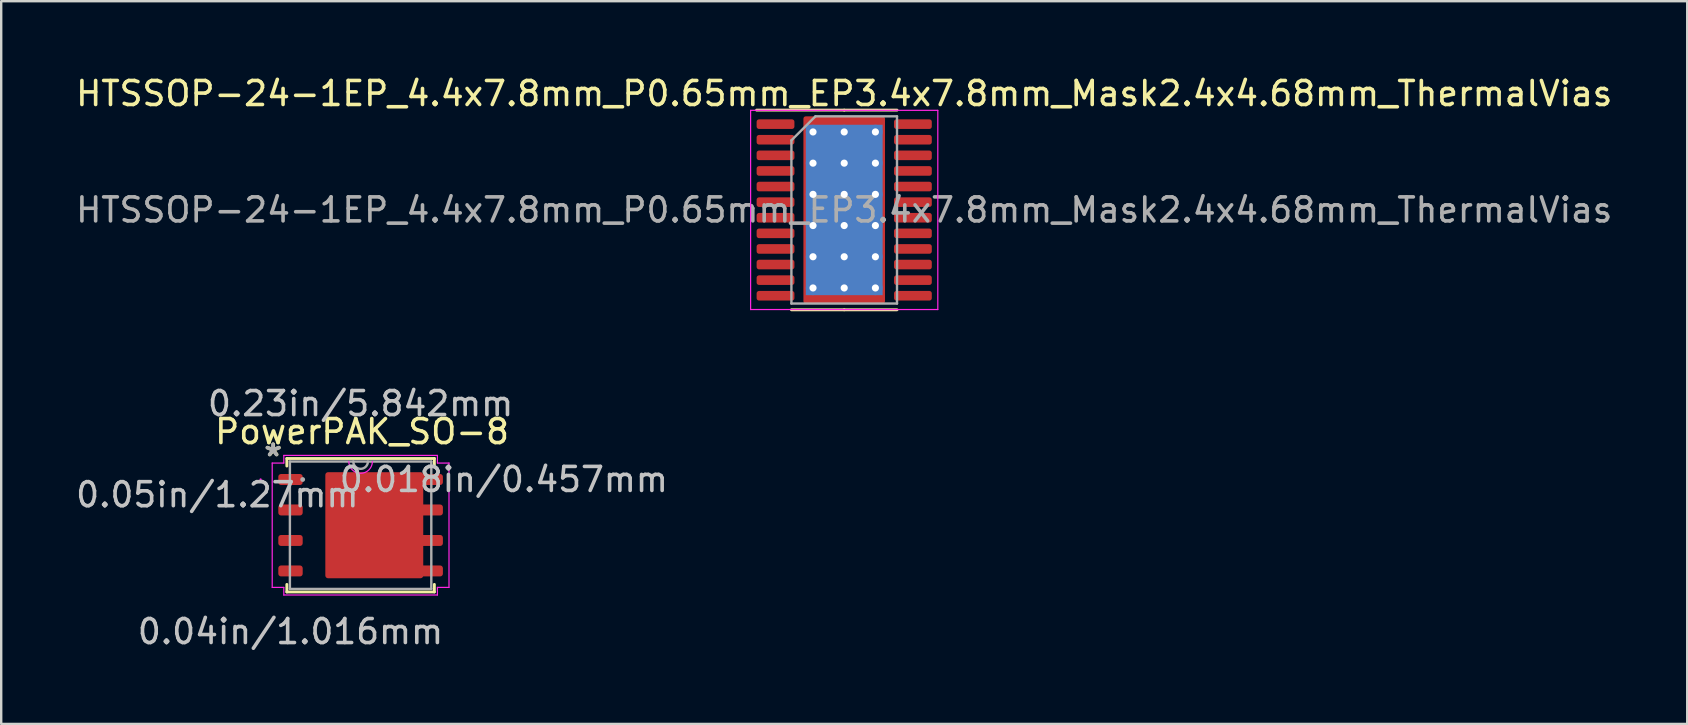
<source format=kicad_pcb>
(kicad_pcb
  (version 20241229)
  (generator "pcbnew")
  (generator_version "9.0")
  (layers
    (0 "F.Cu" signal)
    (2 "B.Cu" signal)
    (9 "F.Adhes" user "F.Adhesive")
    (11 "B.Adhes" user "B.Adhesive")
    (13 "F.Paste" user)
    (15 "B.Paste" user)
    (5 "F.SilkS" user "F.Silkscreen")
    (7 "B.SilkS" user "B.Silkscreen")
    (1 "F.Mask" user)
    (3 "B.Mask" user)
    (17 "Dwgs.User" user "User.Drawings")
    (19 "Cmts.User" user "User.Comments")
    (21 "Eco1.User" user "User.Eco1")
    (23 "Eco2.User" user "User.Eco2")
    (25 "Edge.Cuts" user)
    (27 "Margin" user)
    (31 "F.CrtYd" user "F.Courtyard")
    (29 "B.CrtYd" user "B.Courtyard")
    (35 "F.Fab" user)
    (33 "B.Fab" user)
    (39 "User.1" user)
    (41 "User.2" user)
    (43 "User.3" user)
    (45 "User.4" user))
  (footprint "PowerPAK_SO-8"
    (layer "F.Cu")
    (at 11.975 18.834)
    (property "Reference" "PowerPAK_SO-8" (at 0.06 -3.9 0) (layer "F.SilkS") (effects (font (size 1 1) (thickness 0.15))))
    (attr through_hole)
    (fp_line (start -3.073 -2.781) (end -3.073 -2.466) (stroke (width 0.12) (type solid)) (layer "F.SilkS"))
    (fp_line (start -3.073 2.466) (end -3.073 2.781) (stroke (width 0.12) (type solid)) (layer "F.SilkS"))
    (fp_line (start -3.073 2.781) (end 3.073 2.781) (stroke (width 0.12) (type solid)) (layer "F.SilkS"))
    (fp_line (start 3.073 -2.781) (end -3.073 -2.781) (stroke (width 0.12) (type solid)) (layer "F.SilkS"))
    (fp_line (start 3.073 -2.466) (end 3.073 -2.781) (stroke (width 0.12) (type solid)) (layer "F.SilkS"))
    (fp_line (start 3.073 2.781) (end 3.073 2.466) (stroke (width 0.12) (type solid)) (layer "F.SilkS"))
    (fp_line (start -3.683 -2.591) (end -3.2 -2.591) (stroke (width 0.05) (type solid)) (layer "F.CrtYd"))
    (fp_line (start -3.683 2.591) (end -3.683 -2.591) (stroke (width 0.05) (type solid)) (layer "F.CrtYd"))
    (fp_line (start -3.2 -2.908) (end 3.2 -2.908) (stroke (width 0.05) (type solid)) (layer "F.CrtYd"))
    (fp_line (start -3.2 -2.591) (end -3.2 -2.908) (stroke (width 0.05) (type solid)) (layer "F.CrtYd"))
    (fp_line (start -3.2 2.591) (end -3.683 2.591) (stroke (width 0.05) (type solid)) (layer "F.CrtYd"))
    (fp_line (start -3.2 2.908) (end -3.2 2.591) (stroke (width 0.05) (type solid)) (layer "F.CrtYd"))
    (fp_line (start 3.2 -2.908) (end 3.2 -2.591) (stroke (width 0.05) (type solid)) (layer "F.CrtYd"))
    (fp_line (start 3.2 -2.591) (end 3.683 -2.591) (stroke (width 0.05) (type solid)) (layer "F.CrtYd"))
    (fp_line (start 3.2 2.591) (end 3.2 2.908) (stroke (width 0.05) (type solid)) (layer "F.CrtYd"))
    (fp_line (start 3.2 2.908) (end -3.2 2.908) (stroke (width 0.05) (type solid)) (layer "F.CrtYd"))
    (fp_line (start 3.683 -2.591) (end 3.683 2.591) (stroke (width 0.05) (type solid)) (layer "F.CrtYd"))
    (fp_line (start 3.683 2.591) (end 3.2 2.591) (stroke (width 0.05) (type solid)) (layer "F.CrtYd"))
    (fp_arc (start 0.491067 -2.6543) (mid 0 -2.163233) (end -0.491067 -2.6543) (stroke (width 0.05) (type solid)) (layer "F.CrtYd"))
    (fp_circle (center -4.166 -1.905) (end -4.166 -1.905) (stroke (width 0.05) (type solid)) (fill no) (layer "F.CrtYd"))
    (fp_line (start -2.946 -2.654) (end -2.946 2.654) (stroke (width 0.1) (type solid)) (layer "F.Fab"))
    (fp_line (start -2.946 2.654) (end 2.946 2.654) (stroke (width 0.1) (type solid)) (layer "F.Fab"))
    (fp_line (start 2.946 -2.654) (end -2.946 -2.654) (stroke (width 0.1) (type solid)) (layer "F.Fab"))
    (fp_line (start 2.946 2.654) (end 2.946 -2.654) (stroke (width 0.1) (type solid)) (layer "F.Fab"))
    (fp_arc (start 0.3048 -2.6543) (mid 0 -2.3495) (end -0.3048 -2.6543) (stroke (width 0.1) (type solid)) (layer "F.Fab"))
    (fp_circle (center -2.413 -1.905) (end -2.413 -1.905) (stroke (width 0.1) (type solid)) (fill no) (layer "F.Fab"))
    (fp_text user "*" (at -3.64 -2.83 0) (layer "F.SilkS") (effects (font (size 1 1) (thickness 0.15))))
    (fp_text user "0.04in/1.016mm" (at -2.921 4.432 0) (layer "Dwgs.User") (effects (font (size 1 1) (thickness 0.15))))
    (fp_text user "0.23in/5.842mm" (at 0 -5.067 0) (layer "Dwgs.User") (effects (font (size 1 1) (thickness 0.15))))
    (fp_text user "0.018in/0.457mm" (at 5.969 -1.905 0) (layer "Dwgs.User") (effects (font (size 1 1) (thickness 0.15))))
    (fp_text user "0.05in/1.27mm" (at -5.969 -1.27 0) (layer "Dwgs.User") (effects (font (size 1 1) (thickness 0.15))))
    (fp_text user "Copyright 2021 Accelerated Designs. All rights reserved." (at 0 0 0) (layer "Cmts.User") (effects (font (size 0.127 0.127) (thickness 0.002))))
    (fp_text user "*" (at -3.65 -2.83 0) (layer "F.Fab") (effects (font (size 1 1) (thickness 0.15))))
    (pad "1" smd roundrect (at -2.921 -1.905) (size 1.016 0.457) (layers "F.Cu" "F.Mask" "F.Paste") (roundrect_rratio 0.25))
    (pad "2" smd roundrect (at -2.921 -0.635) (size 1.016 0.457) (layers "F.Cu" "F.Mask" "F.Paste") (roundrect_rratio 0.25))
    (pad "3" smd roundrect (at -2.921 0.635) (size 1.016 0.457) (layers "F.Cu" "F.Mask" "F.Paste") (roundrect_rratio 0.25))
    (pad "4" smd roundrect (at -2.921 1.905) (size 1.016 0.457) (layers "F.Cu" "F.Mask" "F.Paste") (roundrect_rratio 0.25))
    (pad "5" smd roundrect (at 0.57 0) (size 4.08 4.42) (layers "F.Cu" "F.Mask") (roundrect_rratio 0.028))
    (pad "5" smd roundrect (at 2.921 -1.905) (size 1.016 0.457) (layers "F.Cu" "F.Mask" "F.Paste") (roundrect_rratio 0.25))
    (pad "5" smd roundrect (at 2.921 -0.635) (size 1.016 0.457) (layers "F.Cu" "F.Mask" "F.Paste") (roundrect_rratio 0.25))
    (pad "5" smd roundrect (at 2.921 0.635) (size 1.016 0.457) (layers "F.Cu" "F.Mask" "F.Paste") (roundrect_rratio 0.25))
    (pad "5" smd roundrect (at 2.921 1.905) (size 1.016 0.457) (layers "F.Cu" "F.Mask" "F.Paste") (roundrect_rratio 0.25))
    (zone (net_name "") (layer "F.Paste") (hatch edge 0.508) (connect_pads) (min_thickness 0.254) (filled_areas_thickness no) (keepout (tracks not_allowed) (vias not_allowed) (pads not_allowed) (copperpour allowed) (footprints allowed)) (placement (enabled no)) (fill) (polygon (pts (xy 12.215 18.574) (xy 10.805 18.574) (xy 10.805 17.124) (xy 12.215 17.124))))
    (zone (net_name "") (layer "F.Paste") (hatch edge 0.508) (connect_pads) (min_thickness 0.254) (filled_areas_thickness no) (keepout (tracks not_allowed) (vias not_allowed) (pads not_allowed) (copperpour allowed) (footprints allowed)) (placement (enabled no)) (fill) (polygon (pts (xy 12.215 20.574) (xy 10.805 20.574) (xy 10.805 19.124) (xy 12.215 19.124))))
    (zone (net_name "") (layer "F.Paste") (hatch edge 0.508) (connect_pads) (min_thickness 0.254) (filled_areas_thickness no) (keepout (tracks not_allowed) (vias not_allowed) (pads not_allowed) (copperpour allowed) (footprints allowed)) (placement (enabled no)) (fill) (polygon (pts (xy 13.975 18.574) (xy 12.565 18.574) (xy 12.565 17.124) (xy 13.975 17.124))))
    (zone (net_name "") (layer "F.Paste") (hatch edge 0.508) (connect_pads) (min_thickness 0.254) (filled_areas_thickness no) (keepout (tracks not_allowed) (vias not_allowed) (pads not_allowed) (copperpour allowed) (footprints allowed)) (placement (enabled no)) (fill) (polygon (pts (xy 13.975 20.574) (xy 12.565 20.574) (xy 12.565 19.124) (xy 13.975 19.124)))))
  (footprint "HTSSOP-24-1EP_4.4x7.8mm_P0.65mm_EP3.4x7.8mm_Mask2.4x4.68mm_ThermalVias"
    (layer "F.Cu")
    (at 32.125 5.698)
    (property "Reference" "HTSSOP-24-1EP_4.4x7.8mm_P0.65mm_EP3.4x7.8mm_Mask2.4x4.68mm_ThermalVias" (at 0 -4.85 0) (layer "F.SilkS") (effects (font (size 1 1) (thickness 0.15))))
    (attr smd)
    (fp_line (start 0 -4.16) (end -3.65 -4.16) (stroke (width 0.12) (type solid)) (layer "F.SilkS"))
    (fp_line (start 0 -4.16) (end 2.2 -4.16) (stroke (width 0.12) (type solid)) (layer "F.SilkS"))
    (fp_line (start 0 4.16) (end -2.2 4.16) (stroke (width 0.12) (type solid)) (layer "F.SilkS"))
    (fp_line (start 0 4.16) (end 2.2 4.16) (stroke (width 0.12) (type solid)) (layer "F.SilkS"))
    (fp_line (start -3.9 -4.15) (end -3.9 4.15) (stroke (width 0.05) (type solid)) (layer "F.CrtYd"))
    (fp_line (start -3.9 4.15) (end 3.9 4.15) (stroke (width 0.05) (type solid)) (layer "F.CrtYd"))
    (fp_line (start 3.9 -4.15) (end -3.9 -4.15) (stroke (width 0.05) (type solid)) (layer "F.CrtYd"))
    (fp_line (start 3.9 4.15) (end 3.9 -4.15) (stroke (width 0.05) (type solid)) (layer "F.CrtYd"))
    (fp_line (start -2.2 -2.9) (end -1.2 -3.9) (stroke (width 0.1) (type solid)) (layer "F.Fab"))
    (fp_line (start -2.2 3.9) (end -2.2 -2.9) (stroke (width 0.1) (type solid)) (layer "F.Fab"))
    (fp_line (start -1.2 -3.9) (end 2.2 -3.9) (stroke (width 0.1) (type solid)) (layer "F.Fab"))
    (fp_line (start 2.2 -3.9) (end 2.2 3.9) (stroke (width 0.1) (type solid)) (layer "F.Fab"))
    (fp_line (start 2.2 3.9) (end -2.2 3.9) (stroke (width 0.1) (type solid)) (layer "F.Fab"))
    (fp_text user "${REFERENCE}" (at 0 0 0) (layer "F.Fab") (effects (font (size 1 1) (thickness 0.15))))
    (pad "" smd roundrect (at 0 -1.17) (size 1.93 1.89) (layers "F.Paste") (roundrect_rratio 0.132))
    (pad "" smd rect (at 0 0) (size 2.4 4.68) (layers "F.Mask"))
    (pad "" smd roundrect (at 0 1.17) (size 1.93 1.89) (layers "F.Paste") (roundrect_rratio 0.132))
    (pad "1" smd roundrect (at -2.862 -3.575) (size 1.575 0.4) (layers "F.Cu" "F.Mask" "F.Paste") (roundrect_rratio 0.25))
    (pad "2" smd roundrect (at -2.862 -2.925) (size 1.575 0.4) (layers "F.Cu" "F.Mask" "F.Paste") (roundrect_rratio 0.25))
    (pad "3" smd roundrect (at -2.862 -2.275) (size 1.575 0.4) (layers "F.Cu" "F.Mask" "F.Paste") (roundrect_rratio 0.25))
    (pad "4" smd roundrect (at -2.862 -1.625) (size 1.575 0.4) (layers "F.Cu" "F.Mask" "F.Paste") (roundrect_rratio 0.25))
    (pad "5" smd roundrect (at -2.862 -0.975) (size 1.575 0.4) (layers "F.Cu" "F.Mask" "F.Paste") (roundrect_rratio 0.25))
    (pad "6" smd roundrect (at -2.862 -0.325) (size 1.575 0.4) (layers "F.Cu" "F.Mask" "F.Paste") (roundrect_rratio 0.25))
    (pad "7" smd roundrect (at -2.862 0.325) (size 1.575 0.4) (layers "F.Cu" "F.Mask" "F.Paste") (roundrect_rratio 0.25))
    (pad "8" smd roundrect (at -2.862 0.975) (size 1.575 0.4) (layers "F.Cu" "F.Mask" "F.Paste") (roundrect_rratio 0.25))
    (pad "9" smd roundrect (at -2.862 1.625) (size 1.575 0.4) (layers "F.Cu" "F.Mask" "F.Paste") (roundrect_rratio 0.25))
    (pad "10" smd roundrect (at -2.862 2.275) (size 1.575 0.4) (layers "F.Cu" "F.Mask" "F.Paste") (roundrect_rratio 0.25))
    (pad "11" smd roundrect (at -2.862 2.925) (size 1.575 0.4) (layers "F.Cu" "F.Mask" "F.Paste") (roundrect_rratio 0.25))
    (pad "12" smd roundrect (at -2.862 3.575) (size 1.575 0.4) (layers "F.Cu" "F.Mask" "F.Paste") (roundrect_rratio 0.25))
    (pad "13" smd roundrect (at 2.862 3.575) (size 1.575 0.4) (layers "F.Cu" "F.Mask" "F.Paste") (roundrect_rratio 0.25))
    (pad "14" smd roundrect (at 2.862 2.925) (size 1.575 0.4) (layers "F.Cu" "F.Mask" "F.Paste") (roundrect_rratio 0.25))
    (pad "15" smd roundrect (at 2.862 2.275) (size 1.575 0.4) (layers "F.Cu" "F.Mask" "F.Paste") (roundrect_rratio 0.25))
    (pad "16" smd roundrect (at 2.862 1.625) (size 1.575 0.4) (layers "F.Cu" "F.Mask" "F.Paste") (roundrect_rratio 0.25))
    (pad "17" smd roundrect (at 2.862 0.975) (size 1.575 0.4) (layers "F.Cu" "F.Mask" "F.Paste") (roundrect_rratio 0.25))
    (pad "18" smd roundrect (at 2.862 0.325) (size 1.575 0.4) (layers "F.Cu" "F.Mask" "F.Paste") (roundrect_rratio 0.25))
    (pad "19" smd roundrect (at 2.862 -0.325) (size 1.575 0.4) (layers "F.Cu" "F.Mask" "F.Paste") (roundrect_rratio 0.25))
    (pad "20" smd roundrect (at 2.862 -0.975) (size 1.575 0.4) (layers "F.Cu" "F.Mask" "F.Paste") (roundrect_rratio 0.25))
    (pad "21" smd roundrect (at 2.862 -1.625) (size 1.575 0.4) (layers "F.Cu" "F.Mask" "F.Paste") (roundrect_rratio 0.25))
    (pad "22" smd roundrect (at 2.862 -2.275) (size 1.575 0.4) (layers "F.Cu" "F.Mask" "F.Paste") (roundrect_rratio 0.25))
    (pad "23" smd roundrect (at 2.862 -2.925) (size 1.575 0.4) (layers "F.Cu" "F.Mask" "F.Paste") (roundrect_rratio 0.25))
    (pad "24" smd roundrect (at 2.862 -3.575) (size 1.575 0.4) (layers "F.Cu" "F.Mask" "F.Paste") (roundrect_rratio 0.25))
    (pad "25" thru_hole circle (at -1.3 -3.25) (size 0.6 0.6) (drill 0.3) (layers "*.Cu"))
    (pad "25" thru_hole circle (at -1.3 -1.95) (size 0.6 0.6) (drill 0.3) (layers "*.Cu"))
    (pad "25" thru_hole circle (at -1.3 -0.65) (size 0.6 0.6) (drill 0.3) (layers "*.Cu"))
    (pad "25" thru_hole circle (at -1.3 0.65) (size 0.6 0.6) (drill 0.3) (layers "*.Cu"))
    (pad "25" thru_hole circle (at -1.3 1.95) (size 0.6 0.6) (drill 0.3) (layers "*.Cu"))
    (pad "25" thru_hole circle (at -1.3 3.25) (size 0.6 0.6) (drill 0.3) (layers "*.Cu"))
    (pad "25" thru_hole circle (at 0 -3.25) (size 0.6 0.6) (drill 0.3) (layers "*.Cu"))
    (pad "25" thru_hole circle (at 0 -1.95) (size 0.6 0.6) (drill 0.3) (layers "*.Cu"))
    (pad "25" thru_hole circle (at 0 -0.65) (size 0.6 0.6) (drill 0.3) (layers "*.Cu"))
    (pad "25" smd rect (at 0 0) (size 3.2 7.1) (layers "B.Cu"))
    (pad "25" smd roundrect (at 0 0) (size 3.4 7.8) (layers "F.Cu") (roundrect_rratio 0.029))
    (pad "25" thru_hole circle (at 0 0.65) (size 0.6 0.6) (drill 0.3) (layers "*.Cu"))
    (pad "25" thru_hole circle (at 0 1.95) (size 0.6 0.6) (drill 0.3) (layers "*.Cu"))
    (pad "25" thru_hole circle (at 0 3.25) (size 0.6 0.6) (drill 0.3) (layers "*.Cu"))
    (pad "25" thru_hole circle (at 1.3 -3.25) (size 0.6 0.6) (drill 0.3) (layers "*.Cu"))
    (pad "25" thru_hole circle (at 1.3 -1.95) (size 0.6 0.6) (drill 0.3) (layers "*.Cu"))
    (pad "25" thru_hole circle (at 1.3 -0.65) (size 0.6 0.6) (drill 0.3) (layers "*.Cu"))
    (pad "25" thru_hole circle (at 1.3 0.65) (size 0.6 0.6) (drill 0.3) (layers "*.Cu"))
    (pad "25" thru_hole circle (at 1.3 1.95) (size 0.6 0.6) (drill 0.3) (layers "*.Cu"))
    (pad "25" thru_hole circle (at 1.3 3.25) (size 0.6 0.6) (drill 0.3) (layers "*.Cu")))
  (gr_rect
    (start -3 -3)
    (end 67.25 27.114)
    (stroke (width 0.1) (type default))
    (fill no)
    (layer "Edge.Cuts")))
</source>
